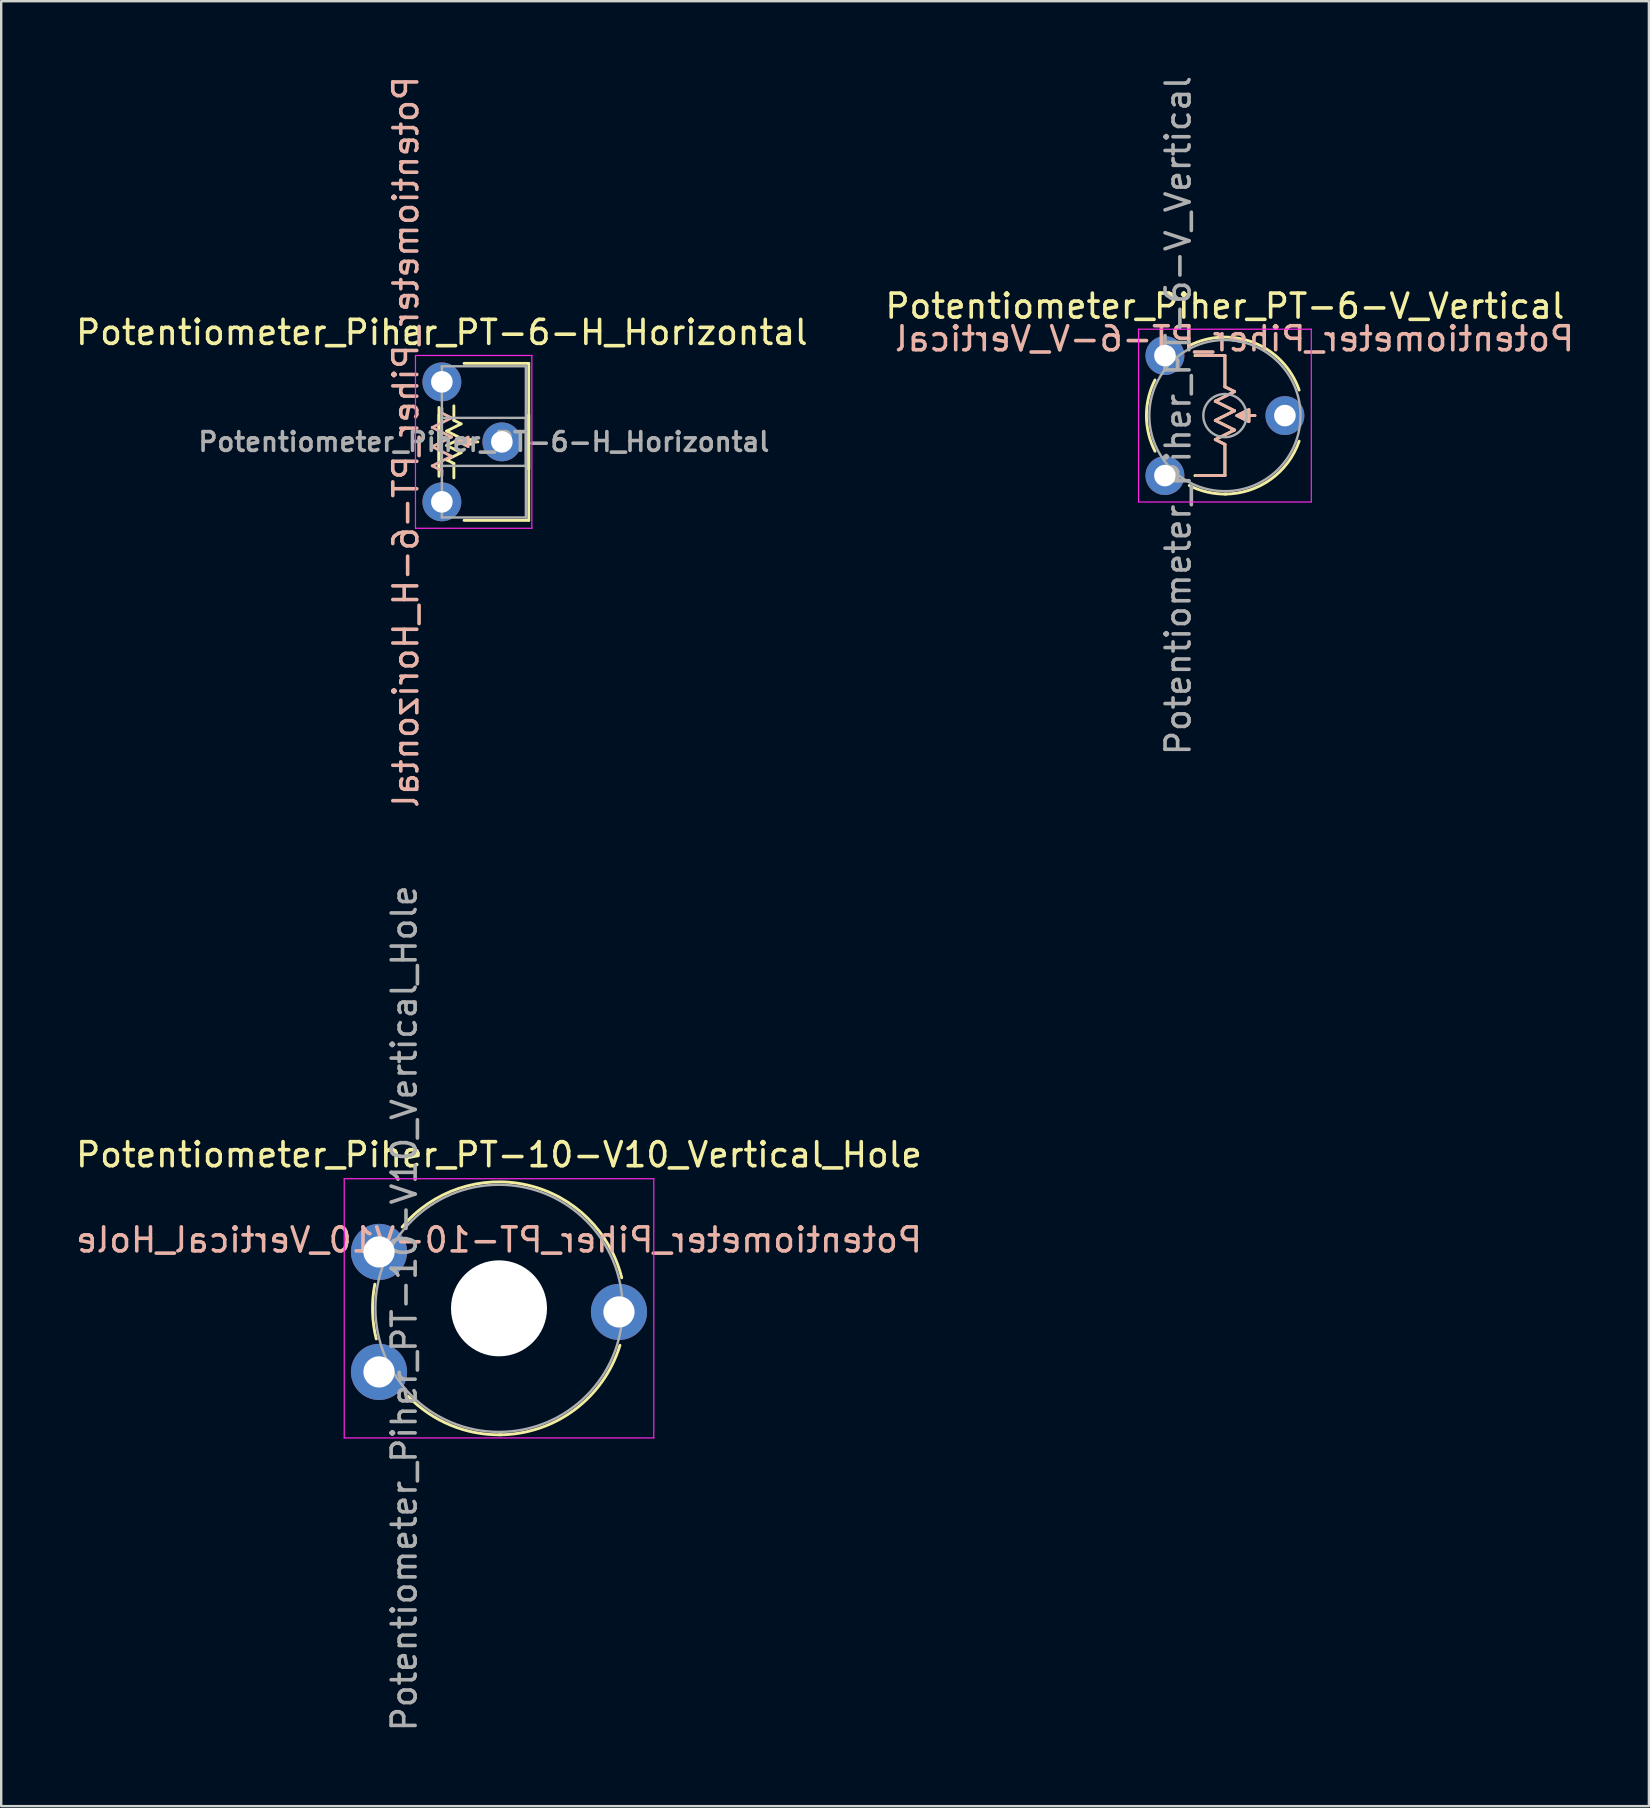
<source format=kicad_pcb>
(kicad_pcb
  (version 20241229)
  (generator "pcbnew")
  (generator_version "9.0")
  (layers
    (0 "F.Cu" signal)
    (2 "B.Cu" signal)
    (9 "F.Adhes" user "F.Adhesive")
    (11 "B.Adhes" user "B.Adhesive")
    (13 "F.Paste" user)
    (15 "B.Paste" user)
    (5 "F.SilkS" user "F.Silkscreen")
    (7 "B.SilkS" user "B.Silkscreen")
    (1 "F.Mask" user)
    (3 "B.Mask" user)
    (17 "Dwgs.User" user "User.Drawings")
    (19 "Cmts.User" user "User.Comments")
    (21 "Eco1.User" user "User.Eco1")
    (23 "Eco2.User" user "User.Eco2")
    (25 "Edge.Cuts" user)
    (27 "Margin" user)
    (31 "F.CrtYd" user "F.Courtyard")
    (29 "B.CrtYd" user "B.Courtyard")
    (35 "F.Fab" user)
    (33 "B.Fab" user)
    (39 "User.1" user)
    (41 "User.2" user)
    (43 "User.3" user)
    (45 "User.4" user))
  (footprint "Potentiometer_Piher_PT-6-V_Vertical"
    (layer "F.Cu")
    (at 45.494 16.768)
    (property "Reference" "Potentiometer_Piher_PT-6-V_Vertical" (at 2.5 -7.06 0) (layer "F.SilkS") (effects (font (size 1 1) (thickness 0.15))))
    (attr through_hole)
    (fp_line (start 2.1 -3.1) (end 2.9 -2.7) (stroke (width 0.12) (type solid)) (layer "F.SilkS"))
    (fp_line (start 2.1 -2.3) (end 2.9 -1.9) (stroke (width 0.12) (type solid)) (layer "F.SilkS"))
    (fp_line (start 2.1 -1.5) (end 2.5 -1.3) (stroke (width 0.12) (type solid)) (layer "F.SilkS"))
    (fp_line (start 2.5 -5) (end 1.25 -5) (stroke (width 0.12) (type solid)) (layer "F.SilkS"))
    (fp_line (start 2.5 -3.7) (end 2.5 -5) (stroke (width 0.12) (type solid)) (layer "F.SilkS"))
    (fp_line (start 2.5 -3.7) (end 2.9 -3.5) (stroke (width 0.12) (type solid)) (layer "F.SilkS"))
    (fp_line (start 2.5 -1.3) (end 2.5 0) (stroke (width 0.12) (type solid)) (layer "F.SilkS"))
    (fp_line (start 2.5 0) (end 1.25 0) (stroke (width 0.12) (type solid)) (layer "F.SilkS"))
    (fp_line (start 2.9 -3.5) (end 2.1 -3.1) (stroke (width 0.12) (type solid)) (layer "F.SilkS"))
    (fp_line (start 2.9 -2.7) (end 2.1 -2.3) (stroke (width 0.12) (type solid)) (layer "F.SilkS"))
    (fp_line (start 2.9 -1.9) (end 2.1 -1.5) (stroke (width 0.12) (type solid)) (layer "F.SilkS"))
    (fp_line (start 3 -2.5) (end 3.75 -2.5) (stroke (width 0.12) (type solid)) (layer "F.SilkS"))
    (fp_arc (start -0.413387 -1.014798) (mid -0.770114 -2.499325) (end -0.414 -3.984) (stroke (width 0.12) (type solid)) (layer "F.SilkS"))
    (fp_arc (start 1.016032 -5.413829) (mid 3.725524 -5.531609) (end 5.592 -3.564) (stroke (width 0.12) (type solid)) (layer "F.SilkS"))
    (fp_arc (start 2.556863 0.770075) (mid 1.764071 0.686696) (end 1.015 0.414) (stroke (width 0.12) (type solid)) (layer "F.SilkS"))
    (fp_arc (start 5.591846 -1.435392) (mid 4.398899 0.162158) (end 2.5 0.77) (stroke (width 0.12) (type solid)) (layer "F.SilkS"))
    (fp_poly (pts (xy 3.5 -2.25) (xy 3 -2.5) (xy 3.5 -2.75)) (stroke (width 0.12) (type solid)) (fill yes) (layer "F.SilkS"))
    (fp_line (start 1.3 -5) (end 2.5 -5) (stroke (width 0.12) (type solid)) (layer "B.SilkS"))
    (fp_line (start 2.1 -3.1) (end 2.9 -2.7) (stroke (width 0.12) (type solid)) (layer "B.SilkS"))
    (fp_line (start 2.1 -2.3) (end 2.9 -1.9) (stroke (width 0.12) (type solid)) (layer "B.SilkS"))
    (fp_line (start 2.1 -1.5) (end 2.5 -1.3) (stroke (width 0.12) (type solid)) (layer "B.SilkS"))
    (fp_line (start 2.5 -5) (end 2.5 -3.7) (stroke (width 0.12) (type solid)) (layer "B.SilkS"))
    (fp_line (start 2.5 -3.7) (end 2.9 -3.5) (stroke (width 0.12) (type solid)) (layer "B.SilkS"))
    (fp_line (start 2.5 -1.3) (end 2.5 0) (stroke (width 0.12) (type solid)) (layer "B.SilkS"))
    (fp_line (start 2.5 0) (end 1.3 0) (stroke (width 0.12) (type solid)) (layer "B.SilkS"))
    (fp_line (start 2.9 -3.5) (end 2.1 -3.1) (stroke (width 0.12) (type solid)) (layer "B.SilkS"))
    (fp_line (start 2.9 -2.7) (end 2.1 -2.3) (stroke (width 0.12) (type solid)) (layer "B.SilkS"))
    (fp_line (start 2.9 -1.9) (end 2.1 -1.5) (stroke (width 0.12) (type solid)) (layer "B.SilkS"))
    (fp_line (start 3.75 -2.5) (end 3 -2.5) (stroke (width 0.12) (type solid)) (layer "B.SilkS"))
    (fp_poly (pts (xy 3.5 -2.25) (xy 3 -2.5) (xy 3.5 -2.75)) (stroke (width 0.12) (type solid)) (fill yes) (layer "B.SilkS"))
    (fp_line (start -1.1 -6.1) (end -1.1 1.1) (stroke (width 0.05) (type solid)) (layer "F.CrtYd"))
    (fp_line (start -1.1 1.1) (end 6.1 1.1) (stroke (width 0.05) (type solid)) (layer "F.CrtYd"))
    (fp_line (start 6.1 -6.1) (end -1.1 -6.1) (stroke (width 0.05) (type solid)) (layer "F.CrtYd"))
    (fp_line (start 6.1 1.1) (end 6.1 -6.1) (stroke (width 0.05) (type solid)) (layer "F.CrtYd"))
    (fp_circle (center 2.5 -2.5) (end 3.4 -2.5) (stroke (width 0.1) (type solid)) (fill no) (layer "F.Fab"))
    (fp_circle (center 2.5 -2.5) (end 5.65 -2.5) (stroke (width 0.1) (type solid)) (fill no) (layer "F.Fab"))
    (fp_text user "${REFERENCE}" (at 2.9 -5.7 0) (unlocked yes) (layer "B.SilkS") (effects (font (size 1 1) (thickness 0.15)) (justify mirror)))
    (fp_text user "${REFERENCE}" (at 0.55 -2.5 90) (layer "F.Fab") (effects (font (size 1 1) (thickness 0.15))))
    (pad "1" thru_hole circle (at 0 0) (size 1.62 1.62) (drill 0.9) (layers "*.Cu" "*.Mask"))
    (pad "2" thru_hole circle (at 5 -2.5) (size 1.62 1.62) (drill 0.9) (layers "*.Cu" "*.Mask"))
    (pad "3" thru_hole circle (at 0 -5) (size 1.62 1.62) (drill 0.9) (layers "*.Cu" "*.Mask")))
  (footprint "Potentiometer_Piher_PT-10-V10_Vertical_Hole"
    (layer "F.Cu")
    (at 12.744 54.12)
    (property "Reference" "Potentiometer_Piher_PT-10-V10_Vertical_Hole" (at 5 -9.05 0) (layer "F.SilkS") (effects (font (size 1 1) (thickness 0.15))))
    (attr through_hole)
    (fp_arc (start -0.11439 -1.375119) (mid -0.269093 -2.512295) (end -0.174 -3.656) (stroke (width 0.12) (type solid)) (layer "F.SilkS"))
    (fp_arc (start 0.963379 -6.038474) (mid 6.186565 -7.784991) (end 10.114 -3.924) (stroke (width 0.12) (type solid)) (layer "F.SilkS"))
    (fp_arc (start 5.09203 2.619358) (mid 2.983245 2.219015) (end 1.209 1.011) (stroke (width 0.12) (type solid)) (layer "F.SilkS"))
    (fp_arc (start 10.039726 -1.109201) (mid 8.134716 1.586326) (end 5 2.62) (stroke (width 0.12) (type solid)) (layer "F.SilkS"))
    (fp_line (start -1.45 -8.05) (end -1.45 2.75) (stroke (width 0.05) (type solid)) (layer "F.CrtYd"))
    (fp_line (start -1.45 2.75) (end 11.45 2.75) (stroke (width 0.05) (type solid)) (layer "F.CrtYd"))
    (fp_line (start 11.45 -8.05) (end -1.45 -8.05) (stroke (width 0.05) (type solid)) (layer "F.CrtYd"))
    (fp_line (start 11.45 2.75) (end 11.45 -8.05) (stroke (width 0.05) (type solid)) (layer "F.CrtYd"))
    (fp_circle (center 5 -2.65) (end 10.15 -2.65) (stroke (width 0.1) (type solid)) (fill no) (layer "F.Fab"))
    (fp_text user "${REFERENCE}" (at 5 -5.5 0) (unlocked yes) (layer "B.SilkS") (effects (font (size 1 1) (thickness 0.15)) (justify mirror)))
    (fp_text user "${REFERENCE}" (at 1.05 -2.65 90) (layer "F.Fab") (effects (font (size 1 1) (thickness 0.15))))
    (pad "" np_thru_hole circle (at 5 -2.65) (size 4 4) (drill 4) (layers "*.Cu" "*.Mask"))
    (pad "1" thru_hole circle (at 0 0) (size 2.34 2.34) (drill 1.3) (layers "*.Cu" "*.Mask"))
    (pad "2" thru_hole circle (at 10 -2.5) (size 2.34 2.34) (drill 1.3) (layers "*.Cu" "*.Mask"))
    (pad "3" thru_hole circle (at 0 -5) (size 2.34 2.34) (drill 1.3) (layers "*.Cu" "*.Mask")))
  (footprint "Potentiometer_Piher_PT-6-H_Horizontal"
    (layer "F.Cu")
    (at 15.363 12.863)
    (property "Reference" "Potentiometer_Piher_PT-6-H_Horizontal" (at 0 -2.06 0) (layer "F.SilkS") (effects (font (size 1 1) (thickness 0.15))))
    (attr through_hole)
    (fp_line (start -0.121 1.066) (end -0.121 3.935) (stroke (width 0.12) (type solid)) (layer "F.SilkS"))
    (fp_line (start -0.121 1.38) (end -0.121 3.62) (stroke (width 0.12) (type solid)) (layer "F.SilkS"))
    (fp_line (start 0.2 2.05) (end 0.8 2.35) (stroke (width 0.12) (type solid)) (layer "F.SilkS"))
    (fp_line (start 0.2 2.65) (end 0.8 2.95) (stroke (width 0.12) (type solid)) (layer "F.SilkS"))
    (fp_line (start 0.2 3.25) (end 0.5 3.4) (stroke (width 0.12) (type solid)) (layer "F.SilkS"))
    (fp_line (start 0.5 1.6) (end 0.5 1) (stroke (width 0.12) (type solid)) (layer "F.SilkS"))
    (fp_line (start 0.5 1.6) (end 0.8 1.75) (stroke (width 0.12) (type solid)) (layer "F.SilkS"))
    (fp_line (start 0.5 3.4) (end 0.5 4) (stroke (width 0.12) (type solid)) (layer "F.SilkS"))
    (fp_line (start 0.8 1.75) (end 0.2 2.05) (stroke (width 0.12) (type solid)) (layer "F.SilkS"))
    (fp_line (start 0.8 2.35) (end 0.2 2.65) (stroke (width 0.12) (type solid)) (layer "F.SilkS"))
    (fp_line (start 0.8 2.95) (end 0.2 3.25) (stroke (width 0.12) (type solid)) (layer "F.SilkS"))
    (fp_line (start 0.925 -0.77) (end 3.62 -0.77) (stroke (width 0.12) (type solid)) (layer "F.SilkS"))
    (fp_line (start 0.925 5.77) (end 3.62 5.77) (stroke (width 0.12) (type solid)) (layer "F.SilkS"))
    (fp_line (start 1.5 2.5) (end 1 2.5) (stroke (width 0.12) (type solid)) (layer "F.SilkS"))
    (fp_line (start 3.62 -0.77) (end 3.62 5.77) (stroke (width 0.12) (type solid)) (layer "F.SilkS"))
    (fp_line (start 3.62 1.38) (end 3.62 3.62) (stroke (width 0.12) (type solid)) (layer "F.SilkS"))
    (fp_poly (pts (xy 1.2 2.6) (xy 1 2.5) (xy 1.2 2.4)) (stroke (width 0.12) (type solid)) (fill yes) (layer "F.SilkS"))
    (fp_line (start -0.4 1.9) (end 0 1.7) (stroke (width 0.12) (type solid)) (layer "B.SilkS"))
    (fp_line (start -0.4 2.7) (end 0 2.5) (stroke (width 0.12) (type solid)) (layer "B.SilkS"))
    (fp_line (start -0.4 3.5) (end 0 3.3) (stroke (width 0.12) (type solid)) (layer "B.SilkS"))
    (fp_line (start 0 1.3) (end 0 1.1) (stroke (width 0.12) (type solid)) (layer "B.SilkS"))
    (fp_line (start 0 1.3) (end 0.4 1.5) (stroke (width 0.12) (type solid)) (layer "B.SilkS"))
    (fp_line (start 0 2.1) (end -0.4 1.9) (stroke (width 0.12) (type solid)) (layer "B.SilkS"))
    (fp_line (start 0 2.1) (end 0.4 2.3) (stroke (width 0.12) (type solid)) (layer "B.SilkS"))
    (fp_line (start 0 2.9) (end -0.4 2.7) (stroke (width 0.12) (type solid)) (layer "B.SilkS"))
    (fp_line (start 0 2.9) (end 0.4 3.1) (stroke (width 0.12) (type solid)) (layer "B.SilkS"))
    (fp_line (start 0 3.7) (end -0.4 3.5) (stroke (width 0.12) (type solid)) (layer "B.SilkS"))
    (fp_line (start 0 3.7) (end 0 3.9) (stroke (width 0.12) (type solid)) (layer "B.SilkS"))
    (fp_line (start 0.4 1.5) (end 0 1.7) (stroke (width 0.12) (type solid)) (layer "B.SilkS"))
    (fp_line (start 0.4 2.3) (end 0 2.5) (stroke (width 0.12) (type solid)) (layer "B.SilkS"))
    (fp_line (start 0.4 3.1) (end 0 3.3) (stroke (width 0.12) (type solid)) (layer "B.SilkS"))
    (fp_line (start 1.4 2.5) (end 0.7 2.5) (stroke (width 0.12) (type solid)) (layer "B.SilkS"))
    (fp_poly (pts (xy 1.1 2.7) (xy 0.7 2.5) (xy 1.1 2.3)) (stroke (width 0.12) (type solid)) (fill yes) (layer "B.SilkS"))
    (fp_line (start -1.1 -1.1) (end -1.1 6.1) (stroke (width 0.05) (type solid)) (layer "F.CrtYd"))
    (fp_line (start -1.1 6.1) (end 3.75 6.1) (stroke (width 0.05) (type solid)) (layer "F.CrtYd"))
    (fp_line (start 3.75 -1.1) (end -1.1 -1.1) (stroke (width 0.05) (type solid)) (layer "F.CrtYd"))
    (fp_line (start 3.75 6.1) (end 3.75 -1.1) (stroke (width 0.05) (type solid)) (layer "F.CrtYd"))
    (fp_line (start 0 -0.65) (end 3.5 -0.65) (stroke (width 0.1) (type solid)) (layer "F.Fab"))
    (fp_line (start 0 1.5) (end 0 3.5) (stroke (width 0.1) (type solid)) (layer "F.Fab"))
    (fp_line (start 0 3.5) (end 3.5 3.5) (stroke (width 0.1) (type solid)) (layer "F.Fab"))
    (fp_line (start 0 5.65) (end 0 -0.65) (stroke (width 0.1) (type solid)) (layer "F.Fab"))
    (fp_line (start 3.5 -0.65) (end 3.5 5.65) (stroke (width 0.1) (type solid)) (layer "F.Fab"))
    (fp_line (start 3.5 1.5) (end 0 1.5) (stroke (width 0.1) (type solid)) (layer "F.Fab"))
    (fp_line (start 3.5 3.5) (end 3.5 1.5) (stroke (width 0.1) (type solid)) (layer "F.Fab"))
    (fp_line (start 3.5 5.65) (end 0 5.65) (stroke (width 0.1) (type solid)) (layer "F.Fab"))
    (fp_text user "${REFERENCE}" (at -1.5 2.5 90) (unlocked yes) (layer "B.SilkS") (effects (font (size 1 1) (thickness 0.15)) (justify mirror)))
    (fp_text user "${REFERENCE}" (at 1.75 2.5 0) (layer "F.Fab") (effects (font (size 0.78 0.78) (thickness 0.15))))
    (pad "1" thru_hole circle (at 0 0) (size 1.62 1.62) (drill 0.9) (layers "*.Cu" "*.Mask"))
    (pad "2" thru_hole circle (at 2.5 2.5) (size 1.62 1.62) (drill 0.9) (layers "*.Cu" "*.Mask"))
    (pad "3" thru_hole circle (at 0 5) (size 1.62 1.62) (drill 0.9) (layers "*.Cu" "*.Mask")))
  (gr_rect
    (start -3 -3)
    (end 65.662 72.214)
    (stroke (width 0.1) (type default))
    (fill no)
    (layer "Edge.Cuts")))
</source>
